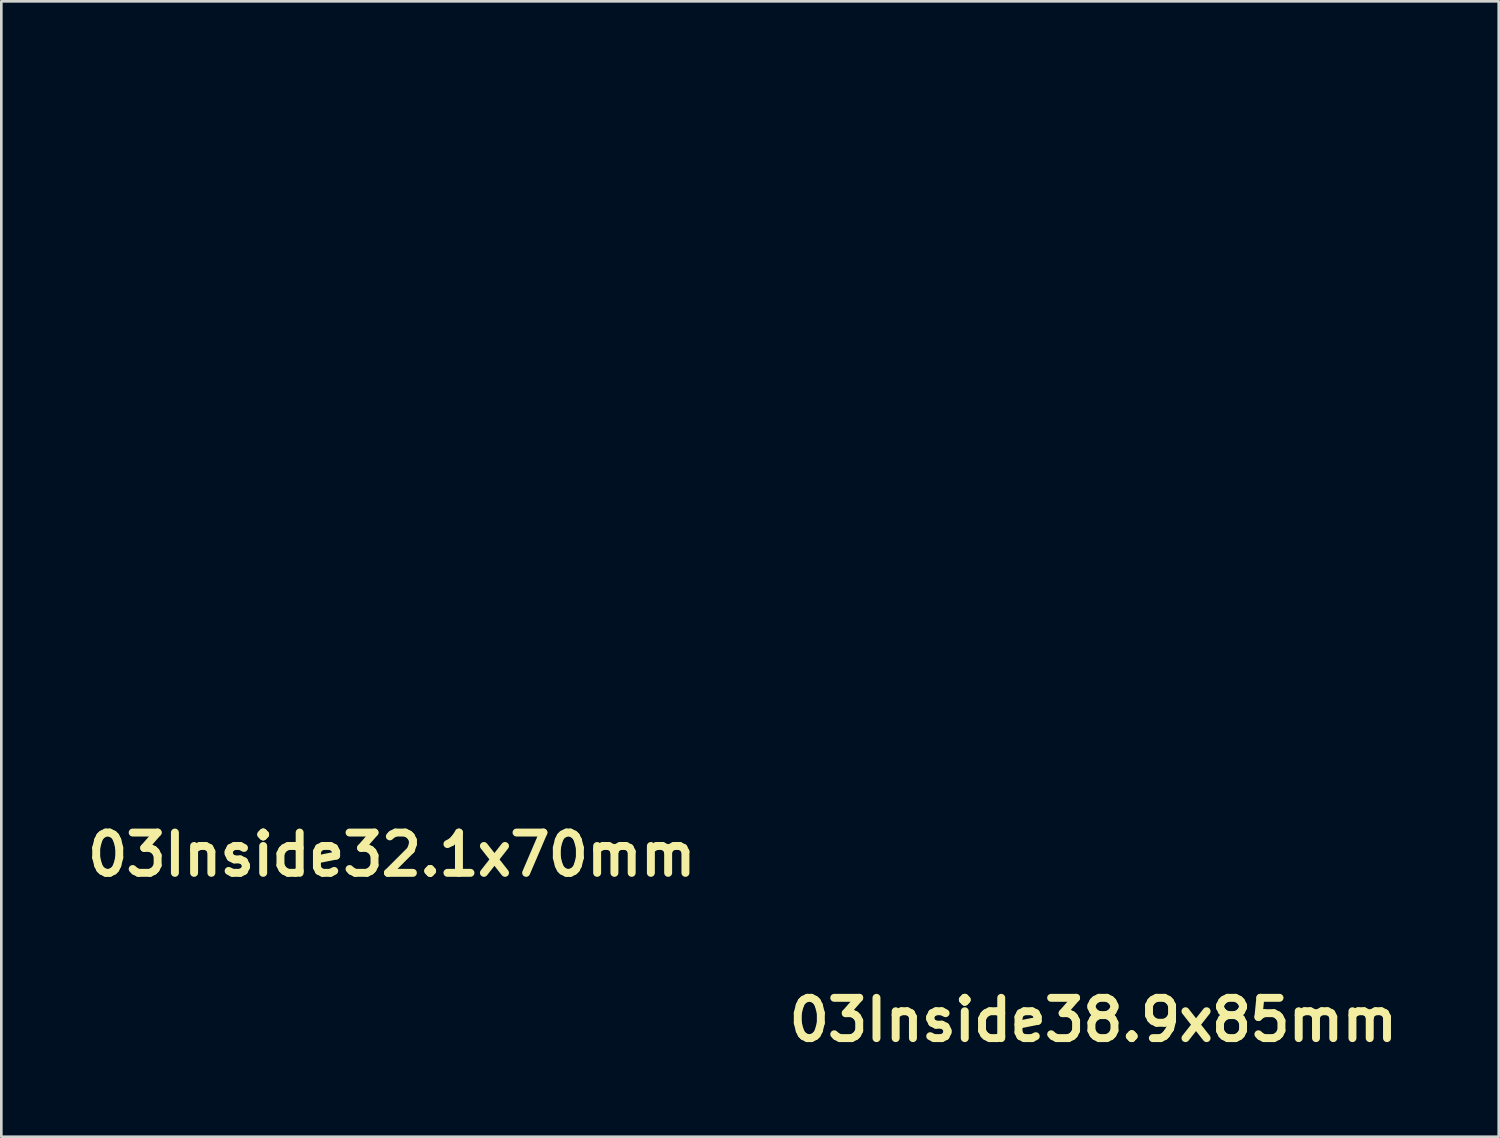
<source format=kicad_pcb>
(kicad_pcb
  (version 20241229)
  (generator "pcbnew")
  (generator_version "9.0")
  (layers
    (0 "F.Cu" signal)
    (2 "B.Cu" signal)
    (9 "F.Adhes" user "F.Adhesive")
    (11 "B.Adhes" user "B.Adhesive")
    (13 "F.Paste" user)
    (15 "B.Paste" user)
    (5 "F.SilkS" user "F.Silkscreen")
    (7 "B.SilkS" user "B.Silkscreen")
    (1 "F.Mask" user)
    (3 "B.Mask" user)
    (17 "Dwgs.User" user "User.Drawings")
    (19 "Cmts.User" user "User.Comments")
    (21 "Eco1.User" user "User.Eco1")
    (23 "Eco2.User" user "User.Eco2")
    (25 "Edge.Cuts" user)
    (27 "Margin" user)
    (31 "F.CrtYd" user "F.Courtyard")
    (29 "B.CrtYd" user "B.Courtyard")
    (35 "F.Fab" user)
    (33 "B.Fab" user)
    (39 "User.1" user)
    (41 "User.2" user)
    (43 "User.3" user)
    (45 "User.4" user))
  (footprint "03Inside38.9x85mm"
    (layer "F.Cu")
    (at 38.292 35.514)
    (property "Reference" "03Inside38.9x85mm" (at 0 0 0) (layer "F.SilkS") (effects (font (size 1.524 1.524) (thickness 0.3))))
    (attr board_only exclude_from_pos_files exclude_from_bom)
    (fp_poly (pts (xy -1.348 -30.523) (xy -1.418 -30.33) (xy -1.692 -30) (xy -1.88 -29.804) (xy -2.252 -29.443) (xy -2.484 -29.275) (xy -2.604 -29.29) (xy -2.643 -29.478) (xy -2.644 -29.534) (xy -2.536 -30.056) (xy -2.232 -30.412) (xy -1.816 -30.57) (xy -1.481 -30.597)) (stroke (width 0) (type solid)) (fill yes) (layer "F.Mask"))
    (fp_poly (pts (xy 2.892 -25.566) (xy 3.165 -25.335) (xy 3.304 -25.064) (xy 3.307 -25.026) (xy 3.179 -24.932) (xy 2.793 -24.881) (xy 2.381 -24.871) (xy 1.898 -24.889) (xy 1.571 -24.937) (xy 1.455 -25.005) (xy 1.565 -25.169) (xy 1.835 -25.367) (xy 2.174 -25.546) (xy 2.492 -25.653) (xy 2.592 -25.664)) (stroke (width 0) (type solid)) (fill yes) (layer "F.Mask"))
    (fp_poly (pts (xy 6.956 -30.481) (xy 7.273 -30.279) (xy 7.409 -30.006) (xy 7.41 -29.988) (xy 7.444 -29.741) (xy 7.492 -29.534) (xy 7.503 -29.292) (xy 7.365 -29.248) (xy 7.095 -29.397) (xy 6.712 -29.734) (xy 6.642 -29.804) (xy 6.346 -30.12) (xy 6.144 -30.363) (xy 6.085 -30.465) (xy 6.202 -30.528) (xy 6.487 -30.559) (xy 6.539 -30.559)) (stroke (width 0) (type solid)) (fill yes) (layer "F.Mask"))
    (fp_poly (pts (xy -7.111 -31.046) (xy -6.832 -30.931) (xy -6.367 -30.74) (xy -5.775 -30.497) (xy -5.115 -30.226) (xy -4.934 -30.152) (xy -4.32 -29.892) (xy -3.813 -29.663) (xy -3.455 -29.484) (xy -3.286 -29.374) (xy -3.281 -29.354) (xy -3.635 -29.167) (xy -4.173 -29.026) (xy -4.816 -28.94) (xy -5.486 -28.916) (xy -6.104 -28.963) (xy -6.411 -29.027) (xy -6.983 -29.25) (xy -7.335 -29.566) (xy -7.506 -30.029) (xy -7.541 -30.51) (xy -7.541 -31.224)) (stroke (width 0) (type solid)) (fill yes) (layer "F.Mask"))
    (fp_poly (pts (xy -1.897 -35.413) (xy -1.546 -35.212) (xy -1.535 -35.202) (xy -1.24 -34.765) (xy -1.049 -34.145) (xy -0.969 -33.404) (xy -1.004 -32.602) (xy -1.16 -31.803) (xy -1.206 -31.651) (xy -1.323 -31.362) (xy -1.427 -31.223) (xy -1.437 -31.221) (xy -1.516 -31.337) (xy -1.675 -31.657) (xy -1.896 -32.142) (xy -2.16 -32.75) (xy -2.359 -33.225) (xy -2.694 -34.055) (xy -2.92 -34.667) (xy -3.043 -35.08) (xy -3.069 -35.314) (xy -3.046 -35.372) (xy -2.751 -35.504) (xy -2.334 -35.514)) (stroke (width 0) (type solid)) (fill yes) (layer "F.Mask"))
    (fp_poly (pts (xy 5.977 -29.778) (xy 6.303 -29.468) (xy 6.557 -29.042) (xy 6.692 -28.572) (xy 6.687 -28.23) (xy 6.51 -27.801) (xy 6.155 -27.299) (xy 5.678 -26.777) (xy 5.134 -26.289) (xy 4.578 -25.887) (xy 4.063 -25.626) (xy 3.982 -25.598) (xy 3.759 -25.555) (xy 3.725 -25.653) (xy 3.756 -25.749) (xy 3.97 -26.299) (xy 4.23 -26.93) (xy 4.514 -27.595) (xy 4.804 -28.252) (xy 5.079 -28.854) (xy 5.319 -29.358) (xy 5.503 -29.718) (xy 5.612 -29.89) (xy 5.626 -29.898)) (stroke (width 0) (type solid)) (fill yes) (layer "F.Mask"))
    (fp_poly (pts (xy 7.846 -35.417) (xy 7.983 -35.355) (xy 7.95 -35.215) (xy 7.835 -34.881) (xy 7.656 -34.401) (xy 7.434 -33.826) (xy 7.187 -33.203) (xy 6.936 -32.583) (xy 6.7 -32.014) (xy 6.5 -31.547) (xy 6.353 -31.229) (xy 6.288 -31.114) (xy 6.226 -31.2) (xy 6.12 -31.474) (xy 6.028 -31.761) (xy 5.879 -32.474) (xy 5.83 -33.215) (xy 5.874 -33.928) (xy 6.004 -34.556) (xy 6.212 -35.041) (xy 6.49 -35.326) (xy 6.753 -35.402) (xy 7.132 -35.444) (xy 7.529 -35.449)) (stroke (width 0) (type solid)) (fill yes) (layer "F.Mask"))
    (fp_poly (pts (xy -0.628 -29.862) (xy -0.458 -29.71) (xy -0.317 -29.424) (xy -0.209 -29.147) (xy -0.045 -28.709) (xy 0.155 -28.163) (xy 0.372 -27.562) (xy 0.588 -26.959) (xy 0.783 -26.406) (xy 0.939 -25.958) (xy 1.036 -25.666) (xy 1.058 -25.583) (xy 0.994 -25.532) (xy 0.785 -25.614) (xy 0.411 -25.84) (xy -0.065 -26.161) (xy -0.827 -26.767) (xy -1.384 -27.381) (xy -1.719 -27.98) (xy -1.817 -28.54) (xy -1.809 -28.63) (xy -1.649 -29.19) (xy -1.363 -29.615) (xy -0.991 -29.85) (xy -0.877 -29.874)) (stroke (width 0) (type solid)) (fill yes) (layer "F.Mask"))
    (fp_poly (pts (xy 12.278 -31.152) (xy 12.32 -30.985) (xy 12.328 -30.651) (xy 12.309 -30.242) (xy 12.266 -29.851) (xy 12.205 -29.573) (xy 12.186 -29.53) (xy 11.965 -29.301) (xy 11.63 -29.12) (xy 11.625 -29.118) (xy 11.233 -29.041) (xy 10.658 -29.001) (xy 9.975 -28.999) (xy 9.264 -29.036) (xy 8.742 -29.091) (xy 8.378 -29.167) (xy 8.147 -29.268) (xy 8.111 -29.31) (xy 8.213 -29.392) (xy 8.513 -29.554) (xy 8.962 -29.773) (xy 9.513 -30.029) (xy 10.118 -30.301) (xy 10.728 -30.567) (xy 11.297 -30.806) (xy 11.776 -30.998) (xy 12.118 -31.12) (xy 12.275 -31.153)) (stroke (width 0) (type solid)) (fill yes) (layer "F.Mask")))
  (footprint "03Inside32.1x70mm"
    (layer "F.Cu")
    (at 11.764 29.265)
    (property "Reference" "03Inside32.1x70mm" (at 0 0 0) (layer "F.SilkS") (effects (font (size 1.524 1.524) (thickness 0.3))))
    (attr board_only exclude_from_pos_files exclude_from_bom)
    (fp_poly (pts (xy -1.111 -25.152) (xy -1.168 -24.993) (xy -1.394 -24.721) (xy -1.549 -24.559) (xy -1.855 -24.262) (xy -2.046 -24.124) (xy -2.146 -24.136) (xy -2.178 -24.291) (xy -2.179 -24.337) (xy -2.09 -24.767) (xy -1.839 -25.061) (xy -1.496 -25.191) (xy -1.221 -25.213)) (stroke (width 0) (type solid)) (fill yes) (layer "F.Mask"))
    (fp_poly (pts (xy 2.383 -21.067) (xy 2.608 -20.877) (xy 2.723 -20.654) (xy 2.725 -20.622) (xy 2.62 -20.544) (xy 2.301 -20.503) (xy 1.962 -20.494) (xy 1.564 -20.509) (xy 1.294 -20.549) (xy 1.199 -20.605) (xy 1.29 -20.74) (xy 1.512 -20.903) (xy 1.792 -21.051) (xy 2.053 -21.139) (xy 2.136 -21.148)) (stroke (width 0) (type solid)) (fill yes) (layer "F.Mask"))
    (fp_poly (pts (xy 5.732 -25.117) (xy 5.993 -24.951) (xy 6.106 -24.726) (xy 6.106 -24.711) (xy 6.134 -24.508) (xy 6.173 -24.337) (xy 6.183 -24.137) (xy 6.069 -24.101) (xy 5.846 -24.224) (xy 5.531 -24.502) (xy 5.473 -24.559) (xy 5.229 -24.82) (xy 5.063 -25.02) (xy 5.015 -25.104) (xy 5.11 -25.156) (xy 5.345 -25.181) (xy 5.388 -25.182)) (stroke (width 0) (type solid)) (fill yes) (layer "F.Mask"))
    (fp_poly (pts (xy -5.859 -25.583) (xy -5.63 -25.488) (xy -5.247 -25.331) (xy -4.759 -25.131) (xy -4.215 -24.907) (xy -4.066 -24.846) (xy -3.56 -24.632) (xy -3.142 -24.443) (xy -2.847 -24.295) (xy -2.708 -24.205) (xy -2.703 -24.189) (xy -2.995 -24.035) (xy -3.439 -23.918) (xy -3.969 -23.847) (xy -4.521 -23.828) (xy -5.03 -23.867) (xy -5.283 -23.919) (xy -5.755 -24.103) (xy -6.044 -24.364) (xy -6.185 -24.745) (xy -6.214 -25.141) (xy -6.214 -25.73)) (stroke (width 0) (type solid)) (fill yes) (layer "F.Mask"))
    (fp_poly (pts (xy -1.563 -29.181) (xy -1.274 -29.016) (xy -1.264 -29.008) (xy -1.022 -28.648) (xy -0.865 -28.137) (xy -0.798 -27.526) (xy -0.827 -26.865) (xy -0.956 -26.207) (xy -0.994 -26.081) (xy -1.09 -25.843) (xy -1.176 -25.729) (xy -1.184 -25.727) (xy -1.249 -25.823) (xy -1.38 -26.087) (xy -1.563 -26.486) (xy -1.78 -26.987) (xy -1.944 -27.379) (xy -2.22 -28.063) (xy -2.406 -28.567) (xy -2.507 -28.907) (xy -2.529 -29.1) (xy -2.51 -29.148) (xy -2.267 -29.257) (xy -1.923 -29.265)) (stroke (width 0) (type solid)) (fill yes) (layer "F.Mask"))
    (fp_poly (pts (xy 4.925 -24.538) (xy 5.194 -24.283) (xy 5.403 -23.932) (xy 5.514 -23.544) (xy 5.51 -23.262) (xy 5.364 -22.909) (xy 5.072 -22.495) (xy 4.679 -22.065) (xy 4.231 -21.663) (xy 3.772 -21.332) (xy 3.348 -21.116) (xy 3.281 -21.094) (xy 3.098 -21.058) (xy 3.07 -21.139) (xy 3.095 -21.218) (xy 3.272 -21.671) (xy 3.485 -22.191) (xy 3.72 -22.74) (xy 3.959 -23.28) (xy 4.185 -23.777) (xy 4.383 -24.192) (xy 4.535 -24.488) (xy 4.625 -24.63) (xy 4.636 -24.637)) (stroke (width 0) (type solid)) (fill yes) (layer "F.Mask"))
    (fp_poly (pts (xy 6.465 -29.184) (xy 6.578 -29.134) (xy 6.551 -29.019) (xy 6.456 -28.743) (xy 6.309 -28.348) (xy 6.126 -27.874) (xy 5.923 -27.361) (xy 5.716 -26.849) (xy 5.521 -26.381) (xy 5.356 -25.995) (xy 5.235 -25.734) (xy 5.181 -25.639) (xy 5.13 -25.71) (xy 5.043 -25.936) (xy 4.968 -26.172) (xy 4.845 -26.759) (xy 4.804 -27.37) (xy 4.841 -27.958) (xy 4.947 -28.475) (xy 5.119 -28.875) (xy 5.348 -29.11) (xy 5.565 -29.173) (xy 5.877 -29.207) (xy 6.204 -29.212)) (stroke (width 0) (type solid)) (fill yes) (layer "F.Mask"))
    (fp_poly (pts (xy -0.517 -24.608) (xy -0.377 -24.482) (xy -0.262 -24.246) (xy -0.172 -24.018) (xy -0.037 -23.657) (xy 0.128 -23.207) (xy 0.307 -22.712) (xy 0.485 -22.215) (xy 0.645 -21.76) (xy 0.774 -21.39) (xy 0.853 -21.15) (xy 0.872 -21.081) (xy 0.819 -21.039) (xy 0.647 -21.107) (xy 0.339 -21.293) (xy -0.054 -21.557) (xy -0.682 -22.057) (xy -1.141 -22.563) (xy -1.417 -23.056) (xy -1.497 -23.518) (xy -1.49 -23.592) (xy -1.359 -24.053) (xy -1.123 -24.404) (xy -0.817 -24.597) (xy -0.723 -24.617)) (stroke (width 0) (type solid)) (fill yes) (layer "F.Mask"))
    (fp_poly (pts (xy 10.117 -25.67) (xy 10.152 -25.533) (xy 10.159 -25.258) (xy 10.143 -24.92) (xy 10.107 -24.599) (xy 10.057 -24.369) (xy 10.042 -24.334) (xy 9.859 -24.145) (xy 9.583 -23.996) (xy 9.579 -23.994) (xy 9.257 -23.931) (xy 8.782 -23.898) (xy 8.22 -23.896) (xy 7.634 -23.926) (xy 7.203 -23.972) (xy 6.904 -24.035) (xy 6.713 -24.118) (xy 6.684 -24.152) (xy 6.768 -24.22) (xy 7.015 -24.353) (xy 7.385 -24.534) (xy 7.839 -24.745) (xy 8.337 -24.969) (xy 8.841 -25.188) (xy 9.309 -25.385) (xy 9.704 -25.543) (xy 9.986 -25.644) (xy 10.115 -25.671)) (stroke (width 0) (type solid)) (fill yes) (layer "F.Mask")))
  (gr_rect
    (start -3 -3)
    (end 53.62 39.932)
    (stroke (width 0.1) (type default))
    (fill no)
    (layer "Edge.Cuts")))
</source>
